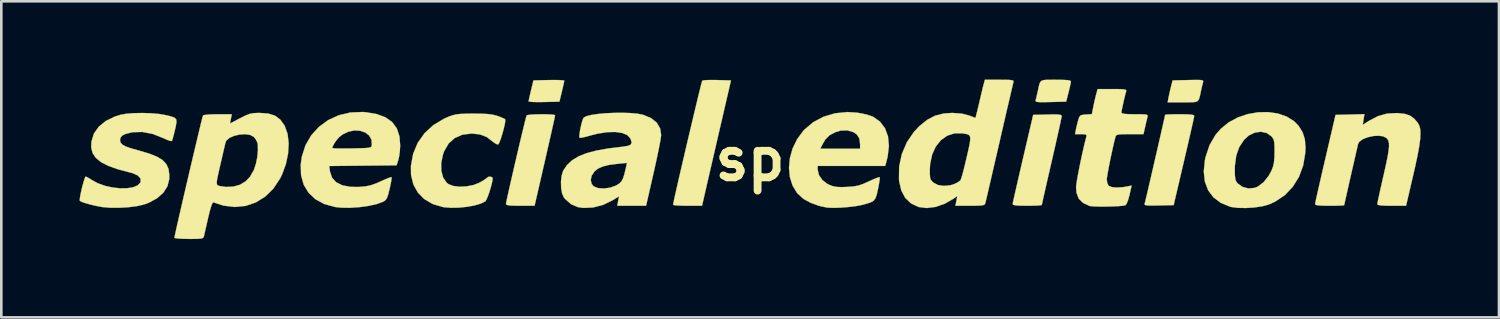
<source format=kicad_pcb>
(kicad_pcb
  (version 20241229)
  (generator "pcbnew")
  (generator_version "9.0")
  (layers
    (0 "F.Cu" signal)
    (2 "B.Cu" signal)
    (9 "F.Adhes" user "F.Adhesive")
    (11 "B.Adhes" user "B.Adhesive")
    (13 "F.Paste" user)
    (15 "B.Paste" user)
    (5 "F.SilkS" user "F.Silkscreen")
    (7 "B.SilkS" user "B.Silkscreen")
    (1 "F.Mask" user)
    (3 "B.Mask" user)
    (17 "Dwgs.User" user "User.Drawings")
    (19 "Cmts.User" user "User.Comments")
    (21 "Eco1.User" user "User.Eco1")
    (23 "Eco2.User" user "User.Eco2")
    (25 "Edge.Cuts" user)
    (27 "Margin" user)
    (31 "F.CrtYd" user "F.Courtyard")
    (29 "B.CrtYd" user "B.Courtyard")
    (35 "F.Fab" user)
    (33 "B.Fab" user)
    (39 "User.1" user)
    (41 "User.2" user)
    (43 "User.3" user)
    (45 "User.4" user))
  (footprint "sp"
    (layer "F.Cu")
    (at 25.678 3.053)
    (property "Reference" "sp" (at 0 0 0) (layer "F.SilkS") (effects (font (size 1.524 1.524) (thickness 0.3))))
    (attr through_hole)
    (fp_poly (pts (xy -7.284 -3.035) (xy -7.158 -3.026) (xy -7.114 -3.012) (xy -7.126 -2.946) (xy -7.157 -2.809) (xy -7.199 -2.628) (xy -7.208 -2.591) (xy -7.3 -2.21) (xy -7.892 -2.195) (xy -8.123 -2.193) (xy -8.312 -2.197) (xy -8.438 -2.207) (xy -8.481 -2.221) (xy -8.469 -2.286) (xy -8.439 -2.423) (xy -8.397 -2.604) (xy -8.388 -2.642) (xy -8.296 -3.023) (xy -7.704 -3.037) (xy -7.473 -3.039) (xy -7.284 -3.035)) (stroke (width 0.01) (type solid)) (fill yes) (layer "F.SilkS"))
    (fp_poly (pts (xy 17.206 -3.041) (xy 17.305 -3.032) (xy 17.351 -3.013) (xy 17.359 -2.982) (xy 17.354 -2.961) (xy 17.328 -2.859) (xy 17.291 -2.703) (xy 17.272 -2.616) (xy 17.234 -2.433) (xy 17.199 -2.311) (xy 17.149 -2.236) (xy 17.065 -2.198) (xy 16.926 -2.185) (xy 16.715 -2.184) (xy 16.58 -2.184) (xy 15.997 -2.184) (xy 16.032 -2.368) (xy 16.067 -2.536) (xy 16.112 -2.731) (xy 16.126 -2.787) (xy 16.186 -3.023) (xy 16.784 -3.037) (xy 17.038 -3.042) (xy 17.206 -3.041)) (stroke (width 0.01) (type solid)) (fill yes) (layer "F.SilkS"))
    (fp_poly (pts (xy 11.713 -3.048) (xy 11.981 -3.045) (xy 12.159 -3.035) (xy 12.259 -3.016) (xy 12.292 -2.987) (xy 12.292 -2.985) (xy 12.28 -2.906) (xy 12.248 -2.761) (xy 12.204 -2.578) (xy 12.2 -2.565) (xy 12.109 -2.21) (xy 11.512 -2.195) (xy 11.258 -2.19) (xy 11.089 -2.191) (xy 10.99 -2.2) (xy 10.945 -2.219) (xy 10.937 -2.251) (xy 10.942 -2.272) (xy 10.968 -2.373) (xy 11.004 -2.529) (xy 11.024 -2.616) (xy 11.062 -2.799) (xy 11.097 -2.922) (xy 11.147 -2.996) (xy 11.231 -3.034) (xy 11.37 -3.047) (xy 11.582 -3.048) (xy 11.713 -3.048)) (stroke (width 0.01) (type solid)) (fill yes) (layer "F.SilkS"))
    (fp_poly (pts (xy -7.79 -1.725) (xy -7.62 -1.718) (xy -7.504 -1.705) (xy -7.466 -1.689) (xy -7.476 -1.632) (xy -7.507 -1.488) (xy -7.556 -1.268) (xy -7.619 -0.984) (xy -7.696 -0.647) (xy -7.782 -0.269) (xy -7.858 0.064) (xy -8.252 1.778) (xy -8.8 1.778) (xy -9.052 1.775) (xy -9.218 1.766) (xy -9.311 1.747) (xy -9.346 1.719) (xy -9.347 1.709) (xy -9.336 1.642) (xy -9.305 1.491) (xy -9.256 1.271) (xy -9.194 0.996) (xy -9.122 0.679) (xy -9.043 0.335) (xy -8.96 -0.021) (xy -8.877 -0.376) (xy -8.797 -0.716) (xy -8.723 -1.026) (xy -8.658 -1.291) (xy -8.607 -1.499) (xy -8.572 -1.634) (xy -8.556 -1.682) (xy -8.499 -1.7) (xy -8.368 -1.714) (xy -8.189 -1.723) (xy -7.988 -1.726) (xy -7.79 -1.725)) (stroke (width 0.01) (type solid)) (fill yes) (layer "F.SilkS"))
    (fp_poly (pts (xy 11.801 -1.717) (xy 11.893 -1.703) (xy 11.933 -1.678) (xy 11.938 -1.657) (xy 11.927 -1.591) (xy 11.895 -1.439) (xy 11.846 -1.211) (xy 11.782 -0.922) (xy 11.706 -0.582) (xy 11.619 -0.204) (xy 11.557 0.068) (xy 11.466 0.462) (xy 11.383 0.825) (xy 11.31 1.144) (xy 11.251 1.407) (xy 11.207 1.603) (xy 11.181 1.72) (xy 11.176 1.748) (xy 11.129 1.76) (xy 11 1.77) (xy 10.811 1.776) (xy 10.617 1.778) (xy 10.355 1.775) (xy 10.183 1.764) (xy 10.088 1.744) (xy 10.06 1.714) (xy 10.072 1.651) (xy 10.104 1.502) (xy 10.154 1.277) (xy 10.22 0.989) (xy 10.298 0.65) (xy 10.385 0.271) (xy 10.454 -0.025) (xy 10.846 -1.702) (xy 11.392 -1.716) (xy 11.639 -1.721) (xy 11.801 -1.717)) (stroke (width 0.01) (type solid)) (fill yes) (layer "F.SilkS"))
    (fp_poly (pts (xy -1.262 -3.037) (xy -0.729 -3.023) (xy -1.176 -1.092) (xy -1.28 -0.642) (xy -1.381 -0.204) (xy -1.476 0.207) (xy -1.562 0.578) (xy -1.635 0.893) (xy -1.691 1.139) (xy -1.728 1.302) (xy -1.73 1.308) (xy -1.837 1.778) (xy -2.392 1.778) (xy -2.615 1.775) (xy -2.796 1.766) (xy -2.913 1.753) (xy -2.947 1.74) (xy -2.935 1.675) (xy -2.904 1.525) (xy -2.854 1.301) (xy -2.789 1.014) (xy -2.712 0.677) (xy -2.625 0.301) (xy -2.531 -0.101) (xy -2.434 -0.519) (xy -2.335 -0.94) (xy -2.237 -1.352) (xy -2.144 -1.744) (xy -2.058 -2.104) (xy -1.982 -2.42) (xy -1.918 -2.68) (xy -1.87 -2.873) (xy -1.839 -2.986) (xy -1.831 -3.012) (xy -1.768 -3.027) (xy -1.626 -3.037) (xy -1.429 -3.04) (xy -1.262 -3.037)) (stroke (width 0.01) (type solid)) (fill yes) (layer "F.SilkS"))
    (fp_poly (pts (xy 16.721 -1.724) (xy 16.893 -1.713) (xy 16.987 -1.694) (xy 17.015 -1.664) (xy 17.015 -1.664) (xy 17.003 -1.601) (xy 16.971 -1.451) (xy 16.921 -1.226) (xy 16.855 -0.938) (xy 16.777 -0.599) (xy 16.689 -0.221) (xy 16.62 0.076) (xy 16.227 1.753) (xy 15.658 1.767) (xy 15.403 1.771) (xy 15.236 1.767) (xy 15.143 1.753) (xy 15.111 1.729) (xy 15.112 1.716) (xy 15.128 1.655) (xy 15.163 1.509) (xy 15.214 1.294) (xy 15.277 1.022) (xy 15.35 0.709) (xy 15.429 0.367) (xy 15.511 0.011) (xy 15.593 -0.345) (xy 15.672 -0.688) (xy 15.743 -1.002) (xy 15.805 -1.275) (xy 15.854 -1.493) (xy 15.887 -1.64) (xy 15.9 -1.704) (xy 15.9 -1.706) (xy 15.948 -1.714) (xy 16.076 -1.721) (xy 16.265 -1.726) (xy 16.459 -1.727) (xy 16.721 -1.724)) (stroke (width 0.01) (type solid)) (fill yes) (layer "F.SilkS"))
    (fp_poly (pts (xy 20.215 -1.756) (xy 20.552 -1.64) (xy 20.837 -1.462) (xy 21.017 -1.278) (xy 21.166 -1.036) (xy 21.251 -0.773) (xy 21.277 -0.464) (xy 21.269 -0.254) (xy 21.189 0.231) (xy 21.027 0.67) (xy 20.788 1.054) (xy 20.48 1.376) (xy 20.108 1.624) (xy 19.876 1.728) (xy 19.627 1.797) (xy 19.322 1.843) (xy 18.999 1.864) (xy 18.691 1.859) (xy 18.436 1.826) (xy 18.387 1.814) (xy 18.03 1.667) (xy 17.749 1.455) (xy 17.545 1.181) (xy 17.422 0.851) (xy 17.38 0.468) (xy 17.388 0.388) (xy 18.569 0.388) (xy 18.572 0.608) (xy 18.588 0.753) (xy 18.622 0.849) (xy 18.669 0.915) (xy 18.857 1.053) (xy 19.086 1.115) (xy 19.324 1.094) (xy 19.446 1.046) (xy 19.673 0.875) (xy 19.872 0.622) (xy 19.974 0.432) (xy 20.034 0.276) (xy 20.07 0.115) (xy 20.087 -0.087) (xy 20.091 -0.288) (xy 20.089 -0.513) (xy 20.078 -0.663) (xy 20.054 -0.762) (xy 20.01 -0.836) (xy 19.969 -0.884) (xy 19.786 -1.011) (xy 19.567 -1.057) (xy 19.334 -1.024) (xy 19.108 -0.915) (xy 18.928 -0.754) (xy 18.741 -0.474) (xy 18.624 -0.146) (xy 18.572 0.246) (xy 18.569 0.388) (xy 17.388 0.388) (xy 17.423 0.037) (xy 17.45 -0.09) (xy 17.604 -0.55) (xy 17.834 -0.943) (xy 18.027 -1.166) (xy 18.332 -1.414) (xy 18.682 -1.603) (xy 19.061 -1.732) (xy 19.454 -1.801) (xy 19.844 -1.809) (xy 20.215 -1.756)) (stroke (width 0.01) (type solid)) (fill yes) (layer "F.SilkS"))
    (fp_poly (pts (xy 24.817 -1.77) (xy 25.083 -1.741) (xy 25.281 -1.675) (xy 25.441 -1.558) (xy 25.575 -1.403) (xy 25.634 -1.296) (xy 25.67 -1.16) (xy 25.681 -0.983) (xy 25.667 -0.756) (xy 25.627 -0.468) (xy 25.56 -0.108) (xy 25.465 0.333) (xy 25.404 0.597) (xy 25.129 1.778) (xy 24.579 1.778) (xy 24.321 1.775) (xy 24.152 1.764) (xy 24.058 1.745) (xy 24.028 1.715) (xy 24.028 1.713) (xy 24.039 1.645) (xy 24.07 1.495) (xy 24.117 1.278) (xy 24.176 1.01) (xy 24.245 0.708) (xy 24.257 0.659) (xy 24.347 0.257) (xy 24.414 -0.06) (xy 24.456 -0.303) (xy 24.476 -0.484) (xy 24.474 -0.617) (xy 24.451 -0.713) (xy 24.41 -0.784) (xy 24.384 -0.813) (xy 24.256 -0.881) (xy 24.073 -0.905) (xy 23.863 -0.891) (xy 23.652 -0.844) (xy 23.468 -0.77) (xy 23.338 -0.674) (xy 23.291 -0.59) (xy 23.196 -0.176) (xy 23.103 0.228) (xy 23.016 0.609) (xy 22.938 0.954) (xy 22.87 1.253) (xy 22.816 1.493) (xy 22.778 1.662) (xy 22.76 1.748) (xy 22.758 1.756) (xy 22.711 1.765) (xy 22.583 1.772) (xy 22.393 1.777) (xy 22.2 1.778) (xy 21.938 1.775) (xy 21.765 1.764) (xy 21.671 1.744) (xy 21.643 1.715) (xy 21.643 1.714) (xy 21.655 1.651) (xy 21.687 1.502) (xy 21.737 1.277) (xy 21.803 0.989) (xy 21.88 0.649) (xy 21.968 0.271) (xy 22.037 -0.025) (xy 22.428 -1.702) (xy 22.981 -1.716) (xy 23.534 -1.731) (xy 23.469 -1.322) (xy 23.705 -1.472) (xy 24.052 -1.654) (xy 24.397 -1.751) (xy 24.776 -1.772) (xy 24.817 -1.77)) (stroke (width 0.01) (type solid)) (fill yes) (layer "F.SilkS"))
    (fp_poly (pts (xy -10.275 -1.748) (xy -10.036 -1.735) (xy -9.851 -1.71) (xy -9.696 -1.67) (xy -9.665 -1.66) (xy -9.515 -1.602) (xy -9.408 -1.553) (xy -9.376 -1.53) (xy -9.375 -1.46) (xy -9.398 -1.322) (xy -9.441 -1.144) (xy -9.494 -0.953) (xy -9.55 -0.776) (xy -9.601 -0.64) (xy -9.641 -0.572) (xy -9.646 -0.569) (xy -9.723 -0.587) (xy -9.828 -0.658) (xy -9.847 -0.674) (xy -10.086 -0.855) (xy -10.346 -0.955) (xy -10.657 -0.987) (xy -10.668 -0.987) (xy -11.017 -0.944) (xy -11.309 -0.817) (xy -11.542 -0.609) (xy -11.711 -0.321) (xy -11.764 -0.172) (xy -11.828 0.147) (xy -11.824 0.442) (xy -11.756 0.694) (xy -11.628 0.886) (xy -11.551 0.949) (xy -11.369 1.019) (xy -11.128 1.048) (xy -10.859 1.036) (xy -10.595 0.984) (xy -10.379 0.901) (xy -10.231 0.818) (xy -10.123 0.747) (xy -10.084 0.712) (xy -10.017 0.668) (xy -9.927 0.665) (xy -9.863 0.7) (xy -9.856 0.724) (xy -9.873 0.85) (xy -9.915 1.024) (xy -9.972 1.217) (xy -10.035 1.399) (xy -10.094 1.54) (xy -10.141 1.611) (xy -10.31 1.695) (xy -10.554 1.766) (xy -10.844 1.819) (xy -11.155 1.85) (xy -11.458 1.856) (xy -11.727 1.834) (xy -11.758 1.829) (xy -12.148 1.714) (xy -12.471 1.527) (xy -12.722 1.274) (xy -12.895 0.963) (xy -12.984 0.601) (xy -12.989 0.254) (xy -12.903 -0.212) (xy -12.728 -0.632) (xy -12.468 -1) (xy -12.128 -1.312) (xy -11.71 -1.561) (xy -11.544 -1.634) (xy -11.405 -1.684) (xy -11.269 -1.718) (xy -11.11 -1.738) (xy -10.903 -1.748) (xy -10.621 -1.752) (xy -10.592 -1.752) (xy -10.275 -1.748)) (stroke (width 0.01) (type solid)) (fill yes) (layer "F.SilkS"))
    (fp_poly (pts (xy 4.099 -1.788) (xy 4.325 -1.748) (xy 4.539 -1.695) (xy 4.7 -1.638) (xy 4.716 -1.63) (xy 4.981 -1.442) (xy 5.171 -1.189) (xy 5.285 -0.879) (xy 5.32 -0.52) (xy 5.274 -0.117) (xy 5.23 0.064) (xy 5.177 0.254) (xy 2.591 0.254) (xy 2.591 0.394) (xy 2.639 0.602) (xy 2.771 0.793) (xy 2.969 0.944) (xy 3.032 0.974) (xy 3.174 1.028) (xy 3.319 1.056) (xy 3.501 1.064) (xy 3.707 1.057) (xy 3.953 1.039) (xy 4.147 1.005) (xy 4.335 0.941) (xy 4.544 0.847) (xy 4.726 0.765) (xy 4.87 0.707) (xy 4.955 0.682) (xy 4.967 0.683) (xy 4.969 0.741) (xy 4.951 0.873) (xy 4.919 1.056) (xy 4.902 1.136) (xy 4.855 1.349) (xy 4.805 1.492) (xy 4.733 1.586) (xy 4.617 1.651) (xy 4.437 1.707) (xy 4.281 1.748) (xy 4.057 1.792) (xy 3.777 1.826) (xy 3.478 1.85) (xy 3.199 1.858) (xy 2.975 1.85) (xy 2.946 1.847) (xy 2.632 1.778) (xy 2.313 1.661) (xy 2.046 1.515) (xy 1.803 1.291) (xy 1.631 1.008) (xy 1.527 0.681) (xy 1.493 0.325) (xy 1.528 -0.046) (xy 1.629 -0.406) (xy 2.69 -0.406) (xy 4.216 -0.406) (xy 4.216 -0.588) (xy 4.187 -0.802) (xy 4.091 -0.953) (xy 3.963 -1.041) (xy 3.729 -1.109) (xy 3.464 -1.099) (xy 3.264 -1.039) (xy 3.044 -0.921) (xy 2.887 -0.763) (xy 2.788 -0.597) (xy 2.69 -0.406) (xy 1.629 -0.406) (xy 1.631 -0.416) (xy 1.804 -0.771) (xy 2.044 -1.097) (xy 2.079 -1.134) (xy 2.418 -1.421) (xy 2.816 -1.632) (xy 3.258 -1.764) (xy 3.73 -1.811) (xy 4.099 -1.788)) (stroke (width 0.01) (type solid)) (fill yes) (layer "F.SilkS"))
    (fp_poly (pts (xy -14.716 -1.805) (xy -14.294 -1.733) (xy -13.958 -1.607) (xy -13.703 -1.424) (xy -13.527 -1.181) (xy -13.427 -0.876) (xy -13.4 -0.535) (xy -13.412 -0.318) (xy -13.44 -0.111) (xy -13.472 0.025) (xy -13.539 0.229) (xy -14.828 0.242) (xy -16.117 0.256) (xy -16.089 0.463) (xy -16.012 0.699) (xy -15.853 0.877) (xy -15.613 0.996) (xy -15.295 1.055) (xy -14.975 1.057) (xy -14.727 1.035) (xy -14.523 0.993) (xy -14.315 0.919) (xy -14.152 0.846) (xy -13.97 0.765) (xy -13.826 0.707) (xy -13.741 0.681) (xy -13.729 0.682) (xy -13.729 0.738) (xy -13.75 0.868) (xy -13.787 1.049) (xy -13.804 1.127) (xy -13.857 1.338) (xy -13.903 1.473) (xy -13.954 1.555) (xy -14.022 1.607) (xy -14.05 1.622) (xy -14.293 1.711) (xy -14.605 1.782) (xy -14.956 1.831) (xy -15.317 1.856) (xy -15.656 1.852) (xy -15.9 1.825) (xy -16.31 1.711) (xy -16.649 1.526) (xy -16.911 1.278) (xy -17.095 0.971) (xy -17.196 0.611) (xy -17.21 0.205) (xy -17.165 -0.112) (xy -17.06 -0.433) (xy -16.002 -0.433) (xy -15.954 -0.424) (xy -15.822 -0.417) (xy -15.625 -0.415) (xy -15.378 -0.416) (xy -15.253 -0.418) (xy -14.963 -0.424) (xy -14.759 -0.431) (xy -14.626 -0.441) (xy -14.547 -0.458) (xy -14.507 -0.484) (xy -14.491 -0.522) (xy -14.487 -0.551) (xy -14.499 -0.754) (xy -14.59 -0.914) (xy -14.74 -1.029) (xy -14.935 -1.094) (xy -15.156 -1.106) (xy -15.387 -1.059) (xy -15.61 -0.95) (xy -15.739 -0.848) (xy -15.834 -0.74) (xy -15.925 -0.608) (xy -15.987 -0.488) (xy -16.002 -0.433) (xy -17.06 -0.433) (xy -17.025 -0.543) (xy -16.804 -0.923) (xy -16.511 -1.245) (xy -16.158 -1.503) (xy -15.753 -1.688) (xy -15.308 -1.794) (xy -14.833 -1.814) (xy -14.716 -1.805)) (stroke (width 0.01) (type solid)) (fill yes) (layer "F.SilkS"))
    (fp_poly (pts (xy -4.596 -1.774) (xy -4.329 -1.751) (xy -4.118 -1.712) (xy -4.096 -1.706) (xy -3.79 -1.58) (xy -3.572 -1.405) (xy -3.443 -1.183) (xy -3.404 -0.937) (xy -3.415 -0.837) (xy -3.446 -0.654) (xy -3.494 -0.404) (xy -3.557 -0.102) (xy -3.63 0.235) (xy -3.692 0.513) (xy -3.981 1.778) (xy -5.085 1.778) (xy -5.051 1.597) (xy -5.017 1.416) (xy -5.266 1.569) (xy -5.631 1.746) (xy -6.012 1.844) (xy -6.387 1.861) (xy -6.598 1.829) (xy -6.857 1.717) (xy -7.085 1.516) (xy -7.134 1.453) (xy -7.199 1.305) (xy -7.235 1.094) (xy -7.241 0.857) (xy -7.234 0.791) (xy -6.101 0.791) (xy -6.065 0.946) (xy -5.983 1.039) (xy -5.818 1.102) (xy -5.6 1.117) (xy -5.364 1.086) (xy -5.144 1.009) (xy -5.127 1) (xy -5.012 0.93) (xy -4.929 0.85) (xy -4.867 0.738) (xy -4.813 0.57) (xy -4.754 0.326) (xy -4.751 0.309) (xy -4.713 0.137) (xy -5.062 0.17) (xy -5.391 0.212) (xy -5.639 0.273) (xy -5.824 0.357) (xy -5.952 0.458) (xy -6.063 0.619) (xy -6.101 0.791) (xy -7.234 0.791) (xy -7.216 0.63) (xy -7.161 0.447) (xy -7.153 0.431) (xy -7.01 0.219) (xy -6.821 0.04) (xy -6.578 -0.109) (xy -6.271 -0.233) (xy -5.891 -0.334) (xy -5.429 -0.417) (xy -4.875 -0.485) (xy -4.861 -0.486) (xy -4.665 -0.518) (xy -4.56 -0.571) (xy -4.534 -0.658) (xy -4.578 -0.79) (xy -4.581 -0.797) (xy -4.696 -0.925) (xy -4.891 -1.009) (xy -5.152 -1.048) (xy -5.466 -1.041) (xy -5.821 -0.987) (xy -6.119 -0.912) (xy -6.303 -0.861) (xy -6.446 -0.83) (xy -6.525 -0.822) (xy -6.531 -0.824) (xy -6.539 -0.89) (xy -6.525 -1.021) (xy -6.495 -1.188) (xy -6.456 -1.359) (xy -6.414 -1.504) (xy -6.375 -1.592) (xy -6.369 -1.599) (xy -6.263 -1.654) (xy -6.075 -1.701) (xy -5.825 -1.738) (xy -5.532 -1.765) (xy -5.217 -1.78) (xy -4.898 -1.784) (xy -4.596 -1.774)) (stroke (width 0.01) (type solid)) (fill yes) (layer "F.SilkS"))
    (fp_poly (pts (xy -22.932 -1.764) (xy -22.627 -1.737) (xy -22.413 -1.7) (xy -22.19 -1.648) (xy -22.05 -1.6) (xy -21.981 -1.536) (xy -21.967 -1.435) (xy -21.993 -1.276) (xy -22.025 -1.136) (xy -22.071 -0.945) (xy -22.112 -0.794) (xy -22.141 -0.709) (xy -22.145 -0.701) (xy -22.202 -0.704) (xy -22.322 -0.745) (xy -22.479 -0.816) (xy -22.88 -0.973) (xy -23.273 -1.049) (xy -23.639 -1.04) (xy -23.708 -1.027) (xy -23.924 -0.971) (xy -24.054 -0.906) (xy -24.117 -0.819) (xy -24.13 -0.732) (xy -24.111 -0.644) (xy -24.046 -0.568) (xy -23.922 -0.498) (xy -23.726 -0.427) (xy -23.443 -0.346) (xy -23.407 -0.336) (xy -23.016 -0.221) (xy -22.717 -0.103) (xy -22.5 0.029) (xy -22.355 0.184) (xy -22.273 0.37) (xy -22.243 0.597) (xy -22.247 0.762) (xy -22.314 1.032) (xy -22.472 1.278) (xy -22.713 1.491) (xy -23.025 1.662) (xy -23.216 1.731) (xy -23.481 1.792) (xy -23.808 1.834) (xy -24.163 1.855) (xy -24.506 1.854) (xy -24.802 1.828) (xy -24.814 1.827) (xy -25.033 1.786) (xy -25.252 1.735) (xy -25.448 1.681) (xy -25.595 1.631) (xy -25.669 1.59) (xy -25.672 1.587) (xy -25.673 1.521) (xy -25.653 1.389) (xy -25.617 1.217) (xy -25.573 1.031) (xy -25.526 0.859) (xy -25.484 0.728) (xy -25.452 0.663) (xy -25.447 0.66) (xy -25.382 0.687) (xy -25.269 0.753) (xy -25.217 0.788) (xy -24.981 0.916) (xy -24.709 1.014) (xy -24.421 1.078) (xy -24.133 1.11) (xy -23.865 1.108) (xy -23.633 1.071) (xy -23.457 0.999) (xy -23.353 0.891) (xy -23.343 0.865) (xy -23.347 0.732) (xy -23.448 0.62) (xy -23.641 0.532) (xy -23.741 0.506) (xy -24.208 0.382) (xy -24.581 0.25) (xy -24.863 0.104) (xy -25.063 -0.06) (xy -25.185 -0.247) (xy -25.236 -0.462) (xy -25.225 -0.683) (xy -25.13 -0.986) (xy -24.945 -1.25) (xy -24.676 -1.47) (xy -24.327 -1.639) (xy -24.112 -1.707) (xy -23.887 -1.747) (xy -23.594 -1.769) (xy -23.265 -1.775) (xy -22.932 -1.764)) (stroke (width 0.01) (type solid)) (fill yes) (layer "F.SilkS"))
    (fp_poly (pts (xy 14.119 -2.691) (xy 14.278 -2.685) (xy 14.369 -2.672) (xy 14.407 -2.649) (xy 14.409 -2.614) (xy 14.407 -2.603) (xy 14.373 -2.482) (xy 14.332 -2.312) (xy 14.29 -2.126) (xy 14.253 -1.955) (xy 14.23 -1.831) (xy 14.225 -1.791) (xy 14.255 -1.76) (xy 14.354 -1.74) (xy 14.534 -1.729) (xy 14.738 -1.727) (xy 14.97 -1.726) (xy 15.117 -1.721) (xy 15.198 -1.708) (xy 15.229 -1.681) (xy 15.228 -1.639) (xy 15.222 -1.613) (xy 15.193 -1.498) (xy 15.154 -1.331) (xy 15.131 -1.232) (xy 15.071 -0.965) (xy 14.55 -0.965) (xy 14.311 -0.963) (xy 14.155 -0.955) (xy 14.063 -0.938) (xy 14.018 -0.908) (xy 14.002 -0.876) (xy 13.957 -0.704) (xy 13.904 -0.476) (xy 13.847 -0.216) (xy 13.79 0.055) (xy 13.739 0.312) (xy 13.699 0.535) (xy 13.672 0.7) (xy 13.665 0.776) (xy 13.685 0.913) (xy 13.735 1.01) (xy 13.74 1.015) (xy 13.86 1.063) (xy 14.049 1.08) (xy 14.281 1.066) (xy 14.407 1.046) (xy 14.616 1.005) (xy 14.535 1.365) (xy 14.481 1.561) (xy 14.425 1.7) (xy 14.377 1.759) (xy 14.283 1.778) (xy 14.115 1.793) (xy 13.897 1.803) (xy 13.656 1.809) (xy 13.418 1.81) (xy 13.21 1.805) (xy 13.058 1.794) (xy 13.002 1.784) (xy 12.753 1.667) (xy 12.59 1.504) (xy 12.506 1.281) (xy 12.489 1.067) (xy 12.501 0.951) (xy 12.531 0.758) (xy 12.577 0.508) (xy 12.633 0.223) (xy 12.696 -0.077) (xy 12.76 -0.37) (xy 12.822 -0.634) (xy 12.878 -0.85) (xy 12.885 -0.876) (xy 12.885 -0.931) (xy 12.831 -0.958) (xy 12.701 -0.965) (xy 12.679 -0.965) (xy 12.449 -0.965) (xy 12.481 -1.13) (xy 12.517 -1.293) (xy 12.563 -1.474) (xy 12.57 -1.499) (xy 12.612 -1.624) (xy 12.668 -1.685) (xy 12.771 -1.71) (xy 12.861 -1.717) (xy 13.094 -1.732) (xy 13.151 -2.022) (xy 13.194 -2.222) (xy 13.239 -2.416) (xy 13.262 -2.502) (xy 13.314 -2.692) (xy 13.874 -2.692) (xy 14.119 -2.691)) (stroke (width 0.01) (type solid)) (fill yes) (layer "F.SilkS"))
    (fp_poly (pts (xy 9.801 -3.047) (xy 9.96 -3.041) (xy 10.051 -3.028) (xy 10.09 -3.005) (xy 10.093 -2.969) (xy 10.09 -2.959) (xy 10.073 -2.892) (xy 10.037 -2.737) (xy 9.982 -2.504) (xy 9.912 -2.202) (xy 9.828 -1.843) (xy 9.735 -1.438) (xy 9.632 -0.995) (xy 9.55 -0.635) (xy 9.443 -0.171) (xy 9.342 0.264) (xy 9.251 0.66) (xy 9.17 1.006) (xy 9.104 1.293) (xy 9.053 1.51) (xy 9.021 1.646) (xy 9.01 1.689) (xy 8.987 1.729) (xy 8.934 1.754) (xy 8.832 1.769) (xy 8.664 1.776) (xy 8.427 1.778) (xy 7.869 1.778) (xy 7.939 1.405) (xy 7.792 1.509) (xy 7.457 1.701) (xy 7.11 1.822) (xy 6.772 1.865) (xy 6.465 1.827) (xy 6.452 1.823) (xy 6.166 1.688) (xy 5.946 1.478) (xy 5.795 1.193) (xy 5.712 0.836) (xy 5.705 0.76) (xy 5.711 0.372) (xy 6.887 0.372) (xy 6.888 0.575) (xy 6.899 0.705) (xy 6.929 0.789) (xy 6.985 0.856) (xy 7.026 0.893) (xy 7.201 0.984) (xy 7.429 1.018) (xy 7.676 0.993) (xy 7.834 0.943) (xy 7.964 0.877) (xy 8.054 0.811) (xy 8.061 0.803) (xy 8.089 0.733) (xy 8.135 0.582) (xy 8.192 0.368) (xy 8.255 0.11) (xy 8.298 -0.073) (xy 8.37 -0.385) (xy 8.417 -0.613) (xy 8.437 -0.77) (xy 8.429 -0.871) (xy 8.389 -0.931) (xy 8.315 -0.964) (xy 8.204 -0.985) (xy 8.136 -0.996) (xy 7.83 -0.995) (xy 7.552 -0.905) (xy 7.312 -0.734) (xy 7.117 -0.492) (xy 6.977 -0.188) (xy 6.9 0.168) (xy 6.887 0.372) (xy 5.711 0.372) (xy 5.713 0.271) (xy 5.816 -0.205) (xy 6.007 -0.652) (xy 6.28 -1.053) (xy 6.479 -1.265) (xy 6.783 -1.511) (xy 7.086 -1.671) (xy 7.415 -1.756) (xy 7.748 -1.778) (xy 8.12 -1.75) (xy 8.381 -1.682) (xy 8.635 -1.585) (xy 8.683 -1.77) (xy 8.72 -1.917) (xy 8.768 -2.117) (xy 8.813 -2.311) (xy 8.862 -2.522) (xy 8.91 -2.722) (xy 8.945 -2.857) (xy 8.996 -3.048) (xy 9.556 -3.048) (xy 9.801 -3.047)) (stroke (width 0.01) (type solid)) (fill yes) (layer "F.SilkS"))
    (fp_poly (pts (xy -18.447 -1.753) (xy -18.192 -1.671) (xy -17.993 -1.523) (xy -17.834 -1.302) (xy -17.819 -1.273) (xy -17.712 -0.971) (xy -17.671 -0.614) (xy -17.693 -0.224) (xy -17.777 0.18) (xy -17.921 0.574) (xy -17.997 0.73) (xy -18.256 1.12) (xy -18.569 1.427) (xy -18.927 1.65) (xy -19.319 1.784) (xy -19.738 1.825) (xy -20.173 1.772) (xy -20.556 1.646) (xy -20.594 1.682) (xy -20.645 1.815) (xy -20.708 2.041) (xy -20.751 2.22) (xy -20.807 2.464) (xy -20.856 2.681) (xy -20.894 2.846) (xy -20.914 2.934) (xy -20.931 2.984) (xy -20.966 3.017) (xy -21.037 3.036) (xy -21.163 3.045) (xy -21.364 3.048) (xy -21.494 3.048) (xy -21.717 3.044) (xy -21.897 3.034) (xy -22.014 3.019) (xy -22.047 3.003) (xy -22.036 2.941) (xy -22.004 2.793) (xy -21.955 2.57) (xy -21.89 2.285) (xy -21.813 1.949) (xy -21.727 1.575) (xy -21.634 1.174) (xy -21.571 0.905) (xy -20.427 0.905) (xy -20.417 0.964) (xy -20.388 0.996) (xy -20.342 1.015) (xy -20.32 1.021) (xy -20.064 1.058) (xy -19.789 1.043) (xy -19.548 0.978) (xy -19.533 0.971) (xy -19.315 0.84) (xy -19.148 0.662) (xy -19.007 0.411) (xy -18.995 0.383) (xy -18.925 0.171) (xy -18.874 -0.082) (xy -18.849 -0.338) (xy -18.853 -0.556) (xy -18.866 -0.629) (xy -18.929 -0.762) (xy -19.009 -0.862) (xy -19.148 -0.935) (xy -19.337 -0.963) (xy -19.55 -0.949) (xy -19.758 -0.901) (xy -19.936 -0.823) (xy -20.057 -0.72) (xy -20.09 -0.651) (xy -20.111 -0.558) (xy -20.151 -0.389) (xy -20.202 -0.168) (xy -20.26 0.082) (xy -20.265 0.102) (xy -20.337 0.415) (xy -20.388 0.644) (xy -20.418 0.803) (xy -20.427 0.905) (xy -21.571 0.905) (xy -21.537 0.759) (xy -21.439 0.34) (xy -21.343 -0.069) (xy -21.251 -0.457) (xy -21.167 -0.812) (xy -21.093 -1.122) (xy -21.032 -1.375) (xy -20.986 -1.558) (xy -20.959 -1.662) (xy -20.953 -1.679) (xy -20.893 -1.699) (xy -20.754 -1.715) (xy -20.558 -1.725) (xy -20.388 -1.727) (xy -19.851 -1.727) (xy -19.885 -1.549) (xy -19.918 -1.372) (xy -19.532 -1.575) (xy -19.329 -1.677) (xy -19.173 -1.738) (xy -19.027 -1.768) (xy -18.85 -1.778) (xy -18.776 -1.778) (xy -18.447 -1.753)) (stroke (width 0.01) (type solid)) (fill yes) (layer "F.SilkS")))
  (gr_rect
    (start -3 -3)
    (end 54.365 9.106)
    (stroke (width 0.1) (type default))
    (fill no)
    (layer "Edge.Cuts")))
</source>
